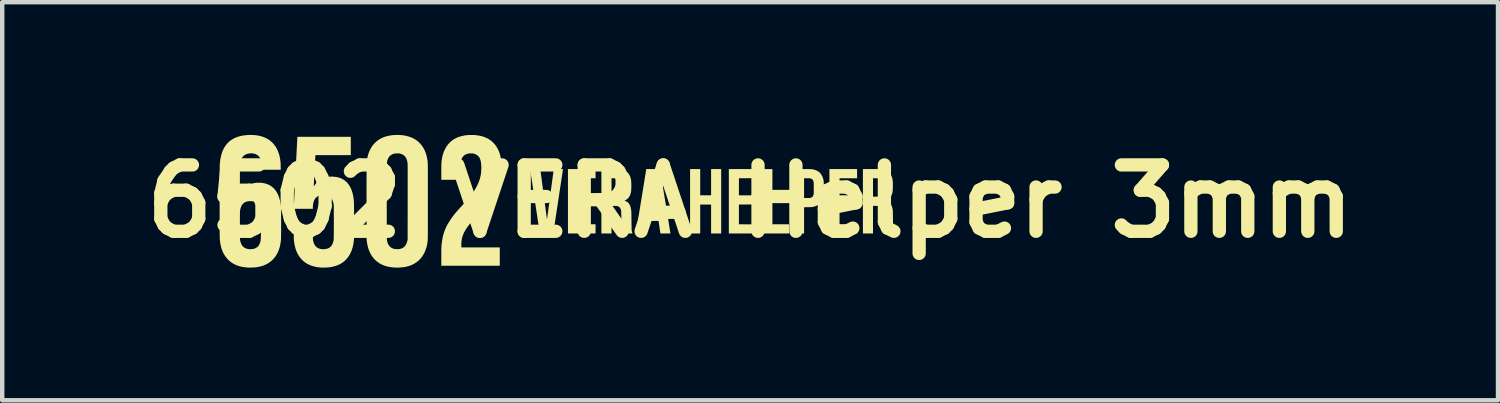
<source format=kicad_pcb>
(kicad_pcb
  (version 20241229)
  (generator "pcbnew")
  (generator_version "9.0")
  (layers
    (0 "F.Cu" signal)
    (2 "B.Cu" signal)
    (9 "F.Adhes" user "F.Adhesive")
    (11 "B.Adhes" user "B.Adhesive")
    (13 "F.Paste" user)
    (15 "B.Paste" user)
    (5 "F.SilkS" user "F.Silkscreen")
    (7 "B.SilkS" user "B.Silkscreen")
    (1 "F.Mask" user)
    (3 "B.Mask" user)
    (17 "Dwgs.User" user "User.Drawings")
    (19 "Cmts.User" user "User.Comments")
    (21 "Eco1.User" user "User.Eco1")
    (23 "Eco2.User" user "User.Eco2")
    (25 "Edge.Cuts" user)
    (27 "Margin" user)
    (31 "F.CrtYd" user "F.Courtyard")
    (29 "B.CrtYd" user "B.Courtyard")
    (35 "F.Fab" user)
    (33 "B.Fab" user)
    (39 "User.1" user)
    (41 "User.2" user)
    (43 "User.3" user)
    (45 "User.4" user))
  (footprint "6502 VERA Helper 3mm"
    (layer "F.Cu")
    (at 13.907 1.5)
    (property "Reference" "6502 VERA Helper 3mm" (at 0 0 0) (layer "F.SilkS") (effects (font (size 1.5 1.5) (thickness 0.3))))
    (attr board_only exclude_from_pos_files exclude_from_bom)
    (fp_poly (pts (xy 0.504 -0.104) (xy 0.504 0.52) (xy 0.692 0.52) (xy 0.879 0.52) (xy 0.879 0.624) (xy 0.879 0.728) (xy 0.577 0.728) (xy 0.275 0.728) (xy 0.275 -0.000001) (xy 0.275 -0.728) (xy 0.39 -0.728) (xy 0.504 -0.728)) (stroke (width 0) (type solid)) (fill yes) (layer "F.SilkS"))
    (fp_poly (pts (xy -3.494 -0.624) (xy -3.494 -0.52) (xy -3.692 -0.52) (xy -3.89 -0.52) (xy -3.89 -0.327) (xy -3.89 -0.135) (xy -3.732 -0.135) (xy -3.575 -0.135) (xy -3.576 -0.031) (xy -3.576 0.072) (xy -3.733 0.073) (xy -3.89 0.074) (xy -3.89 0.297) (xy -3.89 0.52) (xy -3.692 0.52) (xy -3.494 0.52) (xy -3.494 0.624) (xy -3.494 0.728) (xy -3.806 0.728) (xy -4.118 0.728) (xy -4.118 -0.000001) (xy -4.118 -0.728) (xy -3.806 -0.728) (xy -3.494 -0.728)) (stroke (width 0) (type solid)) (fill yes) (layer "F.SilkS"))
    (fp_poly (pts (xy -1.128 -0.431) (xy -1.128 -0.135) (xy -1.005 -0.135) (xy -0.882 -0.135) (xy -0.882 -0.431) (xy -0.882 -0.728) (xy -0.768 -0.728) (xy -0.654 -0.728) (xy -0.654 -0.000001) (xy -0.654 0.728) (xy -0.768 0.728) (xy -0.882 0.728) (xy -0.882 0.401) (xy -0.882 0.074) (xy -1.005 0.074) (xy -1.128 0.074) (xy -1.128 0.401) (xy -1.128 0.728) (xy -1.242 0.728) (xy -1.357 0.728) (xy -1.357 -0.000001) (xy -1.357 -0.728) (xy -1.242 -0.728) (xy -1.128 -0.728)) (stroke (width 0) (type solid)) (fill yes) (layer "F.SilkS"))
    (fp_poly (pts (xy 0.143 -0.625) (xy 0.142 -0.522) (xy -0.055 -0.521) (xy -0.253 -0.52) (xy -0.253 -0.327) (xy -0.253 -0.135) (xy -0.095 -0.135) (xy 0.062 -0.135) (xy 0.062 -0.031) (xy 0.061 0.072) (xy -0.096 0.073) (xy -0.253 0.074) (xy -0.253 0.297) (xy -0.253 0.52) (xy -0.055 0.521) (xy 0.142 0.522) (xy 0.143 0.625) (xy 0.143 0.728) (xy -0.169 0.728) (xy -0.481 0.728) (xy -0.481 -0.000001) (xy -0.481 -0.728) (xy -0.169 -0.728) (xy 0.143 -0.728)) (stroke (width 0) (type solid)) (fill yes) (layer "F.SilkS"))
    (fp_poly (pts (xy 2.418 -0.624) (xy 2.418 -0.52) (xy 2.22 -0.52) (xy 2.022 -0.52) (xy 2.022 -0.327) (xy 2.022 -0.135) (xy 2.179 -0.135) (xy 2.336 -0.135) (xy 2.336 -0.03) (xy 2.336 0.074) (xy 2.179 0.074) (xy 2.022 0.074) (xy 2.022 0.297) (xy 2.022 0.52) (xy 2.22 0.52) (xy 2.418 0.52) (xy 2.418 0.624) (xy 2.418 0.728) (xy 2.105 0.728) (xy 1.793 0.728) (xy 1.793 -0.000001) (xy 1.793 -0.728) (xy 2.105 -0.728) (xy 2.418 -0.728)) (stroke (width 0) (type solid)) (fill yes) (layer "F.SilkS"))
    (fp_poly (pts (xy 1.215 -0.728) (xy 1.249 -0.728) (xy 1.279 -0.728) (xy 1.305 -0.728) (xy 1.327 -0.728) (xy 1.347 -0.727) (xy 1.364 -0.727) (xy 1.378 -0.726) (xy 1.391 -0.725) (xy 1.402 -0.723) (xy 1.412 -0.722) (xy 1.422 -0.72) (xy 1.431 -0.718) (xy 1.441 -0.716) (xy 1.446 -0.715) (xy 1.484 -0.703) (xy 1.518 -0.687) (xy 1.549 -0.668) (xy 1.576 -0.645) (xy 1.599 -0.618) (xy 1.619 -0.587) (xy 1.636 -0.553) (xy 1.645 -0.53) (xy 1.65 -0.514) (xy 1.654 -0.5) (xy 1.657 -0.486) (xy 1.66 -0.471) (xy 1.662 -0.455) (xy 1.664 -0.438) (xy 1.665 -0.419) (xy 1.666 -0.396) (xy 1.667 -0.37) (xy 1.668 -0.34) (xy 1.668 -0.323) (xy 1.668 -0.285) (xy 1.668 -0.251) (xy 1.668 -0.221) (xy 1.667 -0.194) (xy 1.666 -0.17) (xy 1.663 -0.149) (xy 1.661 -0.13) (xy 1.658 -0.111) (xy 1.654 -0.094) (xy 1.65 -0.079) (xy 1.637 -0.042) (xy 1.62 -0.008) (xy 1.6 0.023) (xy 1.577 0.049) (xy 1.55 0.072) (xy 1.52 0.092) (xy 1.485 0.108) (xy 1.448 0.12) (xy 1.413 0.128) (xy 1.404 0.13) (xy 1.395 0.131) (xy 1.383 0.132) (xy 1.37 0.132) (xy 1.353 0.133) (xy 1.333 0.133) (xy 1.308 0.134) (xy 1.304 0.134) (xy 1.22 0.135) (xy 1.22 0.432) (xy 1.22 0.728) (xy 1.105 0.728) (xy 0.991 0.728) (xy 0.991 -0.000001) (xy 0.991 -0.297) (xy 1.22 -0.297) (xy 1.22 -0.074) (xy 1.285 -0.074) (xy 1.307 -0.074) (xy 1.325 -0.074) (xy 1.339 -0.074) (xy 1.35 -0.075) (xy 1.358 -0.076) (xy 1.364 -0.077) (xy 1.384 -0.085) (xy 1.402 -0.096) (xy 1.416 -0.109) (xy 1.425 -0.126) (xy 1.428 -0.132) (xy 1.431 -0.139) (xy 1.433 -0.146) (xy 1.435 -0.153) (xy 1.436 -0.161) (xy 1.437 -0.171) (xy 1.438 -0.182) (xy 1.438 -0.197) (xy 1.439 -0.214) (xy 1.439 -0.235) (xy 1.439 -0.259) (xy 1.439 -0.289) (xy 1.439 -0.297) (xy 1.439 -0.326) (xy 1.439 -0.35) (xy 1.439 -0.371) (xy 1.439 -0.387) (xy 1.439 -0.401) (xy 1.438 -0.412) (xy 1.438 -0.42) (xy 1.437 -0.427) (xy 1.436 -0.432) (xy 1.435 -0.437) (xy 1.435 -0.44) (xy 1.428 -0.462) (xy 1.419 -0.479) (xy 1.408 -0.493) (xy 1.395 -0.503) (xy 1.389 -0.507) (xy 1.381 -0.511) (xy 1.373 -0.514) (xy 1.365 -0.516) (xy 1.356 -0.518) (xy 1.346 -0.519) (xy 1.332 -0.52) (xy 1.316 -0.52) (xy 1.295 -0.52) (xy 1.285 -0.52) (xy 1.22 -0.52) (xy 1.22 -0.297) (xy 0.991 -0.297) (xy 0.991 -0.728) (xy 1.176 -0.728)) (stroke (width 0) (type solid)) (fill yes) (layer "F.SilkS"))
    (fp_poly (pts (xy -4.83 -0.728) (xy -4.806 -0.728) (xy -4.787 -0.728) (xy -4.772 -0.728) (xy -4.76 -0.728) (xy -4.752 -0.727) (xy -4.746 -0.727) (xy -4.743 -0.726) (xy -4.743 -0.725) (xy -4.742 -0.722) (xy -4.741 -0.715) (xy -4.74 -0.703) (xy -4.738 -0.686) (xy -4.735 -0.666) (xy -4.732 -0.642) (xy -4.728 -0.615) (xy -4.725 -0.585) (xy -4.72 -0.552) (xy -4.715 -0.516) (xy -4.71 -0.478) (xy -4.705 -0.438) (xy -4.7 -0.396) (xy -4.694 -0.353) (xy -4.688 -0.309) (xy -4.682 -0.264) (xy -4.676 -0.218) (xy -4.67 -0.172) (xy -4.664 -0.126) (xy -4.658 -0.08) (xy -4.652 -0.034) (xy -4.646 0.01) (xy -4.64 0.054) (xy -4.635 0.096) (xy -4.629 0.137) (xy -4.624 0.176) (xy -4.619 0.213) (xy -4.615 0.247) (xy -4.61 0.278) (xy -4.607 0.307) (xy -4.603 0.332) (xy -4.6 0.354) (xy -4.598 0.372) (xy -4.596 0.386) (xy -4.595 0.395) (xy -4.594 0.4) (xy -4.594 0.401) (xy -4.592 0.403) (xy -4.591 0.402) (xy -4.59 0.399) (xy -4.589 0.392) (xy -4.587 0.38) (xy -4.585 0.363) (xy -4.582 0.343) (xy -4.579 0.318) (xy -4.575 0.29) (xy -4.57 0.259) (xy -4.566 0.224) (xy -4.561 0.186) (xy -4.555 0.145) (xy -4.549 0.102) (xy -4.543 0.057) (xy -4.537 0.009) (xy -4.53 -0.04) (xy -4.524 -0.091) (xy -4.517 -0.144) (xy -4.514 -0.164) (xy -4.439 -0.728) (xy -4.334 -0.728) (xy -4.229 -0.728) (xy -4.231 -0.72) (xy -4.231 -0.717) (xy -4.233 -0.709) (xy -4.235 -0.696) (xy -4.237 -0.679) (xy -4.24 -0.658) (xy -4.244 -0.633) (xy -4.249 -0.604) (xy -4.253 -0.571) (xy -4.259 -0.535) (xy -4.265 -0.496) (xy -4.271 -0.454) (xy -4.278 -0.409) (xy -4.285 -0.361) (xy -4.293 -0.311) (xy -4.301 -0.259) (xy -4.309 -0.205) (xy -4.317 -0.149) (xy -4.326 -0.091) (xy -4.335 -0.032) (xy -4.34 0.003) (xy -4.349 0.062) (xy -4.358 0.12) (xy -4.367 0.177) (xy -4.375 0.233) (xy -4.383 0.286) (xy -4.391 0.337) (xy -4.398 0.386) (xy -4.405 0.432) (xy -4.412 0.476) (xy -4.418 0.517) (xy -4.424 0.555) (xy -4.429 0.589) (xy -4.434 0.62) (xy -4.438 0.648) (xy -4.442 0.671) (xy -4.445 0.69) (xy -4.447 0.705) (xy -4.448 0.716) (xy -4.449 0.722) (xy -4.45 0.723) (xy -4.451 0.728) (xy -4.602 0.728) (xy -4.635 0.728) (xy -4.663 0.728) (xy -4.686 0.728) (xy -4.706 0.728) (xy -4.722 0.728) (xy -4.734 0.728) (xy -4.743 0.727) (xy -4.749 0.727) (xy -4.753 0.726) (xy -4.754 0.725) (xy -4.754 0.725) (xy -4.754 0.723) (xy -4.756 0.715) (xy -4.757 0.703) (xy -4.76 0.686) (xy -4.763 0.665) (xy -4.767 0.641) (xy -4.771 0.612) (xy -4.776 0.58) (xy -4.782 0.544) (xy -4.788 0.505) (xy -4.794 0.463) (xy -4.801 0.418) (xy -4.808 0.371) (xy -4.815 0.321) (xy -4.823 0.269) (xy -4.831 0.215) (xy -4.84 0.159) (xy -4.849 0.102) (xy -4.857 0.043) (xy -4.863 0.005) (xy -4.872 -0.055) (xy -4.881 -0.113) (xy -4.89 -0.17) (xy -4.898 -0.226) (xy -4.906 -0.279) (xy -4.914 -0.33) (xy -4.921 -0.38) (xy -4.928 -0.426) (xy -4.935 -0.47) (xy -4.941 -0.511) (xy -4.947 -0.55) (xy -4.952 -0.584) (xy -4.957 -0.616) (xy -4.961 -0.643) (xy -4.965 -0.667) (xy -4.968 -0.687) (xy -4.97 -0.702) (xy -4.972 -0.713) (xy -4.973 -0.719) (xy -4.973 -0.72) (xy -4.974 -0.728) (xy -4.858 -0.728)) (stroke (width 0) (type solid)) (fill yes) (layer "F.SilkS"))
    (fp_poly (pts (xy 2.779 -0.728) (xy 2.815 -0.728) (xy 2.847 -0.728) (xy 2.875 -0.728) (xy 2.9 -0.727) (xy 2.921 -0.727) (xy 2.94 -0.726) (xy 2.957 -0.725) (xy 2.971 -0.723) (xy 2.984 -0.722) (xy 2.996 -0.72) (xy 3.007 -0.717) (xy 3.018 -0.715) (xy 3.029 -0.711) (xy 3.04 -0.708) (xy 3.044 -0.707) (xy 3.077 -0.694) (xy 3.108 -0.677) (xy 3.134 -0.658) (xy 3.157 -0.635) (xy 3.177 -0.608) (xy 3.193 -0.578) (xy 3.207 -0.544) (xy 3.217 -0.506) (xy 3.223 -0.464) (xy 3.225 -0.451) (xy 3.226 -0.439) (xy 3.227 -0.422) (xy 3.227 -0.403) (xy 3.227 -0.381) (xy 3.227 -0.358) (xy 3.227 -0.334) (xy 3.226 -0.31) (xy 3.226 -0.288) (xy 3.225 -0.266) (xy 3.224 -0.248) (xy 3.223 -0.232) (xy 3.222 -0.22) (xy 3.221 -0.217) (xy 3.213 -0.178) (xy 3.2 -0.142) (xy 3.185 -0.111) (xy 3.167 -0.083) (xy 3.145 -0.059) (xy 3.12 -0.04) (xy 3.099 -0.027) (xy 3.09 -0.022) (xy 3.083 -0.018) (xy 3.079 -0.015) (xy 3.078 -0.014) (xy 3.081 -0.013) (xy 3.087 -0.009) (xy 3.095 -0.006) (xy 3.098 -0.005) (xy 3.123 0.007) (xy 3.145 0.023) (xy 3.164 0.041) (xy 3.181 0.063) (xy 3.195 0.089) (xy 3.206 0.119) (xy 3.216 0.153) (xy 3.223 0.191) (xy 3.224 0.199) (xy 3.225 0.205) (xy 3.225 0.213) (xy 3.226 0.223) (xy 3.227 0.234) (xy 3.227 0.249) (xy 3.228 0.266) (xy 3.228 0.286) (xy 3.228 0.309) (xy 3.229 0.337) (xy 3.229 0.368) (xy 3.23 0.405) (xy 3.23 0.434) (xy 3.23 0.477) (xy 3.231 0.516) (xy 3.231 0.551) (xy 3.232 0.581) (xy 3.232 0.606) (xy 3.233 0.627) (xy 3.234 0.642) (xy 3.234 0.653) (xy 3.235 0.659) (xy 3.239 0.682) (xy 3.245 0.703) (xy 3.25 0.717) (xy 3.255 0.728) (xy 3.139 0.728) (xy 3.022 0.728) (xy 3.017 0.711) (xy 3.015 0.703) (xy 3.013 0.696) (xy 3.011 0.689) (xy 3.009 0.682) (xy 3.008 0.674) (xy 3.007 0.666) (xy 3.006 0.656) (xy 3.005 0.644) (xy 3.004 0.631) (xy 3.004 0.615) (xy 3.003 0.596) (xy 3.003 0.574) (xy 3.002 0.549) (xy 3.002 0.52) (xy 3.002 0.486) (xy 3.001 0.448) (xy 3.001 0.437) (xy 3.001 0.398) (xy 3.001 0.364) (xy 3 0.335) (xy 3 0.31) (xy 3 0.288) (xy 2.999 0.27) (xy 2.999 0.255) (xy 2.999 0.243) (xy 2.998 0.232) (xy 2.998 0.224) (xy 2.997 0.218) (xy 2.997 0.213) (xy 2.996 0.208) (xy 2.995 0.206) (xy 2.99 0.186) (xy 2.984 0.169) (xy 2.977 0.156) (xy 2.969 0.144) (xy 2.96 0.135) (xy 2.949 0.126) (xy 2.938 0.119) (xy 2.925 0.114) (xy 2.91 0.11) (xy 2.892 0.107) (xy 2.871 0.105) (xy 2.845 0.104) (xy 2.829 0.104) (xy 2.778 0.104) (xy 2.778 0.416) (xy 2.778 0.728) (xy 2.664 0.728) (xy 2.55 0.728) (xy 2.55 -0.000001) (xy 2.55 -0.312) (xy 2.778 -0.312) (xy 2.778 -0.104) (xy 2.829 -0.104) (xy 2.851 -0.104) (xy 2.87 -0.105) (xy 2.886 -0.106) (xy 2.898 -0.107) (xy 2.9 -0.108) (xy 2.924 -0.114) (xy 2.945 -0.124) (xy 2.962 -0.137) (xy 2.976 -0.154) (xy 2.987 -0.175) (xy 2.993 -0.194) (xy 2.994 -0.201) (xy 2.995 -0.213) (xy 2.996 -0.228) (xy 2.997 -0.245) (xy 2.998 -0.265) (xy 2.998 -0.287) (xy 2.999 -0.309) (xy 2.999 -0.331) (xy 2.999 -0.352) (xy 2.999 -0.372) (xy 2.998 -0.389) (xy 2.997 -0.404) (xy 2.997 -0.415) (xy 2.996 -0.416) (xy 2.991 -0.443) (xy 2.983 -0.466) (xy 2.971 -0.484) (xy 2.958 -0.499) (xy 2.941 -0.51) (xy 2.933 -0.513) (xy 2.929 -0.515) (xy 2.924 -0.516) (xy 2.919 -0.517) (xy 2.912 -0.518) (xy 2.904 -0.519) (xy 2.893 -0.519) (xy 2.878 -0.519) (xy 2.859 -0.52) (xy 2.849 -0.52) (xy 2.778 -0.521) (xy 2.778 -0.312) (xy 2.55 -0.312) (xy 2.55 -0.728) (xy 2.738 -0.728)) (stroke (width 0) (type solid)) (fill yes) (layer "F.SilkS"))
    (fp_poly (pts (xy -3.137 -0.728) (xy -3.102 -0.728) (xy -3.07 -0.728) (xy -3.042 -0.728) (xy -3.018 -0.728) (xy -2.997 -0.727) (xy -2.98 -0.727) (xy -2.968 -0.726) (xy -2.961 -0.726) (xy -2.918 -0.719) (xy -2.88 -0.71) (xy -2.845 -0.698) (xy -2.814 -0.683) (xy -2.786 -0.664) (xy -2.763 -0.642) (xy -2.742 -0.617) (xy -2.725 -0.588) (xy -2.711 -0.556) (xy -2.707 -0.545) (xy -2.7 -0.522) (xy -2.694 -0.496) (xy -2.69 -0.469) (xy -2.687 -0.437) (xy -2.686 -0.431) (xy -2.686 -0.413) (xy -2.685 -0.392) (xy -2.685 -0.369) (xy -2.685 -0.345) (xy -2.685 -0.32) (xy -2.686 -0.296) (xy -2.687 -0.274) (xy -2.688 -0.253) (xy -2.689 -0.236) (xy -2.69 -0.225) (xy -2.698 -0.186) (xy -2.709 -0.15) (xy -2.723 -0.119) (xy -2.737 -0.095) (xy -2.752 -0.076) (xy -2.77 -0.058) (xy -2.79 -0.042) (xy -2.811 -0.028) (xy -2.823 -0.022) (xy -2.831 -0.018) (xy -2.833 -0.015) (xy -2.832 -0.012) (xy -2.827 -0.01) (xy -2.799 0.003) (xy -2.774 0.018) (xy -2.753 0.036) (xy -2.736 0.057) (xy -2.721 0.082) (xy -2.709 0.11) (xy -2.699 0.143) (xy -2.698 0.148) (xy -2.696 0.158) (xy -2.694 0.168) (xy -2.692 0.178) (xy -2.69 0.188) (xy -2.689 0.198) (xy -2.687 0.21) (xy -2.686 0.223) (xy -2.686 0.237) (xy -2.685 0.254) (xy -2.684 0.273) (xy -2.684 0.296) (xy -2.683 0.321) (xy -2.683 0.351) (xy -2.682 0.384) (xy -2.682 0.422) (xy -2.682 0.445) (xy -2.681 0.486) (xy -2.681 0.523) (xy -2.68 0.556) (xy -2.68 0.586) (xy -2.679 0.611) (xy -2.679 0.632) (xy -2.678 0.648) (xy -2.677 0.66) (xy -2.677 0.667) (xy -2.677 0.668) (xy -2.674 0.678) (xy -2.671 0.691) (xy -2.667 0.704) (xy -2.663 0.716) (xy -2.66 0.724) (xy -2.66 0.725) (xy -2.661 0.726) (xy -2.662 0.727) (xy -2.666 0.727) (xy -2.672 0.728) (xy -2.68 0.728) (xy -2.691 0.728) (xy -2.705 0.728) (xy -2.724 0.728) (xy -2.746 0.728) (xy -2.773 0.728) (xy -2.774 0.728) (xy -2.89 0.728) (xy -2.893 0.721) (xy -2.894 0.716) (xy -2.897 0.707) (xy -2.9 0.696) (xy -2.902 0.688) (xy -2.908 0.661) (xy -2.91 0.448) (xy -2.911 0.408) (xy -2.911 0.373) (xy -2.911 0.343) (xy -2.912 0.316) (xy -2.912 0.294) (xy -2.913 0.275) (xy -2.913 0.259) (xy -2.913 0.246) (xy -2.914 0.235) (xy -2.915 0.227) (xy -2.915 0.22) (xy -2.916 0.215) (xy -2.916 0.214) (xy -2.922 0.189) (xy -2.93 0.167) (xy -2.94 0.149) (xy -2.952 0.135) (xy -2.967 0.124) (xy -2.986 0.115) (xy -2.995 0.112) (xy -3.001 0.11) (xy -3.008 0.108) (xy -3.015 0.107) (xy -3.023 0.106) (xy -3.034 0.106) (xy -3.048 0.105) (xy -3.067 0.105) (xy -3.073 0.105) (xy -3.133 0.104) (xy -3.133 0.416) (xy -3.133 0.728) (xy -3.248 0.728) (xy -3.362 0.728) (xy -3.362 -0.000001) (xy -3.362 -0.312) (xy -3.133 -0.312) (xy -3.133 -0.103) (xy -3.073 -0.105) (xy -3.052 -0.105) (xy -3.036 -0.106) (xy -3.023 -0.107) (xy -3.013 -0.107) (xy -3.006 -0.109) (xy -3 -0.11) (xy -2.999 -0.11) (xy -2.976 -0.119) (xy -2.958 -0.131) (xy -2.943 -0.146) (xy -2.931 -0.164) (xy -2.922 -0.186) (xy -2.918 -0.201) (xy -2.917 -0.206) (xy -2.916 -0.213) (xy -2.916 -0.221) (xy -2.915 -0.23) (xy -2.915 -0.242) (xy -2.914 -0.257) (xy -2.914 -0.276) (xy -2.914 -0.299) (xy -2.914 -0.315) (xy -2.914 -0.343) (xy -2.914 -0.367) (xy -2.915 -0.387) (xy -2.915 -0.403) (xy -2.917 -0.417) (xy -2.918 -0.428) (xy -2.92 -0.438) (xy -2.923 -0.447) (xy -2.926 -0.456) (xy -2.93 -0.464) (xy -2.932 -0.469) (xy -2.942 -0.486) (xy -2.956 -0.499) (xy -2.973 -0.51) (xy -2.981 -0.513) (xy -2.985 -0.515) (xy -2.99 -0.516) (xy -2.995 -0.517) (xy -3.001 -0.518) (xy -3.01 -0.519) (xy -3.021 -0.519) (xy -3.035 -0.519) (xy -3.054 -0.52) (xy -3.064 -0.52) (xy -3.133 -0.521) (xy -3.133 -0.312) (xy -3.362 -0.312) (xy -3.362 -0.728) (xy -3.174 -0.728)) (stroke (width 0) (type solid)) (fill yes) (layer "F.SilkS"))
    (fp_poly (pts (xy -6.275 -1.498) (xy -6.252 -1.498) (xy -6.231 -1.497) (xy -6.214 -1.496) (xy -6.202 -1.495) (xy -6.142 -1.487) (xy -6.086 -1.476) (xy -6.033 -1.461) (xy -5.984 -1.443) (xy -5.938 -1.421) (xy -5.895 -1.396) (xy -5.854 -1.368) (xy -5.848 -1.362) (xy -5.839 -1.354) (xy -5.827 -1.344) (xy -5.815 -1.332) (xy -5.803 -1.32) (xy -5.8 -1.317) (xy -5.765 -1.278) (xy -5.734 -1.235) (xy -5.707 -1.188) (xy -5.683 -1.138) (xy -5.663 -1.085) (xy -5.647 -1.028) (xy -5.634 -0.967) (xy -5.625 -0.903) (xy -5.621 -0.863) (xy -5.62 -0.841) (xy -5.619 -0.816) (xy -5.618 -0.789) (xy -5.619 -0.761) (xy -5.619 -0.733) (xy -5.62 -0.706) (xy -5.621 -0.683) (xy -5.622 -0.669) (xy -5.63 -0.607) (xy -5.64 -0.546) (xy -5.654 -0.486) (xy -5.671 -0.427) (xy -5.691 -0.368) (xy -5.715 -0.31) (xy -5.743 -0.251) (xy -5.774 -0.192) (xy -5.809 -0.132) (xy -5.849 -0.071) (xy -5.892 -0.008) (xy -5.94 0.055) (xy -5.992 0.121) (xy -6.012 0.145) (xy -6.032 0.168) (xy -6.051 0.191) (xy -6.07 0.213) (xy -6.091 0.236) (xy -6.112 0.26) (xy -6.136 0.286) (xy -6.162 0.315) (xy -6.177 0.33) (xy -6.219 0.377) (xy -6.258 0.42) (xy -6.294 0.461) (xy -6.326 0.499) (xy -6.355 0.535) (xy -6.381 0.569) (xy -6.404 0.602) (xy -6.425 0.633) (xy -6.443 0.663) (xy -6.459 0.692) (xy -6.473 0.72) (xy -6.485 0.748) (xy -6.496 0.776) (xy -6.505 0.805) (xy -6.505 0.807) (xy -6.513 0.839) (xy -6.52 0.87) (xy -6.524 0.902) (xy -6.527 0.936) (xy -6.528 0.973) (xy -6.528 0.986) (xy -6.528 1.042) (xy -6.094 1.043) (xy -5.659 1.043) (xy -5.659 1.25) (xy -5.659 1.457) (xy -6.32 1.457) (xy -6.981 1.457) (xy -6.981 1.262) (xy -6.981 1.23) (xy -6.981 1.199) (xy -6.981 1.168) (xy -6.981 1.14) (xy -6.981 1.113) (xy -6.98 1.089) (xy -6.98 1.069) (xy -6.98 1.052) (xy -6.979 1.039) (xy -6.979 1.031) (xy -6.972 0.958) (xy -6.963 0.889) (xy -6.951 0.823) (xy -6.936 0.76) (xy -6.918 0.699) (xy -6.896 0.64) (xy -6.87 0.582) (xy -6.841 0.525) (xy -6.807 0.468) (xy -6.77 0.41) (xy -6.729 0.353) (xy -6.709 0.326) (xy -6.689 0.3) (xy -6.668 0.274) (xy -6.645 0.248) (xy -6.622 0.22) (xy -6.596 0.191) (xy -6.567 0.159) (xy -6.536 0.125) (xy -6.528 0.117) (xy -6.479 0.062) (xy -6.433 0.011) (xy -6.39 -0.038) (xy -6.352 -0.085) (xy -6.316 -0.13) (xy -6.284 -0.173) (xy -6.255 -0.214) (xy -6.228 -0.254) (xy -6.204 -0.293) (xy -6.183 -0.332) (xy -6.164 -0.37) (xy -6.146 -0.407) (xy -6.131 -0.445) (xy -6.118 -0.483) (xy -6.115 -0.491) (xy -6.1 -0.544) (xy -6.088 -0.597) (xy -6.081 -0.651) (xy -6.077 -0.707) (xy -6.076 -0.765) (xy -6.076 -0.777) (xy -6.078 -0.82) (xy -6.082 -0.859) (xy -6.087 -0.893) (xy -6.094 -0.924) (xy -6.103 -0.951) (xy -6.113 -0.976) (xy -6.126 -0.997) (xy -6.141 -1.016) (xy -6.144 -1.019) (xy -6.166 -1.039) (xy -6.19 -1.055) (xy -6.218 -1.068) (xy -6.248 -1.077) (xy -6.281 -1.082) (xy -6.296 -1.083) (xy -6.333 -1.083) (xy -6.367 -1.079) (xy -6.399 -1.071) (xy -6.428 -1.06) (xy -6.454 -1.045) (xy -6.465 -1.036) (xy -6.485 -1.017) (xy -6.502 -0.995) (xy -6.517 -0.97) (xy -6.529 -0.94) (xy -6.539 -0.907) (xy -6.543 -0.888) (xy -6.544 -0.883) (xy -6.545 -0.877) (xy -6.545 -0.872) (xy -6.546 -0.866) (xy -6.547 -0.858) (xy -6.547 -0.849) (xy -6.547 -0.838) (xy -6.548 -0.825) (xy -6.548 -0.809) (xy -6.548 -0.789) (xy -6.549 -0.767) (xy -6.549 -0.74) (xy -6.549 -0.709) (xy -6.549 -0.673) (xy -6.549 -0.673) (xy -6.55 -0.485) (xy -6.766 -0.485) (xy -6.981 -0.485) (xy -6.981 -0.657) (xy -6.981 -0.695) (xy -6.981 -0.729) (xy -6.981 -0.758) (xy -6.981 -0.784) (xy -6.98 -0.807) (xy -6.98 -0.827) (xy -6.979 -0.845) (xy -6.978 -0.861) (xy -6.977 -0.876) (xy -6.976 -0.89) (xy -6.975 -0.904) (xy -6.973 -0.918) (xy -6.971 -0.933) (xy -6.961 -0.994) (xy -6.947 -1.052) (xy -6.929 -1.107) (xy -6.907 -1.159) (xy -6.882 -1.207) (xy -6.853 -1.253) (xy -6.821 -1.294) (xy -6.785 -1.332) (xy -6.746 -1.366) (xy -6.707 -1.395) (xy -6.665 -1.42) (xy -6.619 -1.442) (xy -6.569 -1.46) (xy -6.516 -1.475) (xy -6.459 -1.487) (xy -6.399 -1.495) (xy -6.398 -1.495) (xy -6.384 -1.497) (xy -6.366 -1.497) (xy -6.345 -1.498) (xy -6.322 -1.498) (xy -6.298 -1.498)) (stroke (width 0) (type solid)) (fill yes) (layer "F.SilkS"))
    (fp_poly (pts (xy -2.164 -0.728) (xy -2.138 -0.728) (xy -2.114 -0.728) (xy -2.093 -0.728) (xy -2.074 -0.728) (xy -2.059 -0.728) (xy -2.047 -0.728) (xy -2.04 -0.728) (xy -2.037 -0.728) (xy -2.037 -0.728) (xy -2.037 -0.728) (xy -2.037 -0.727) (xy -2.037 -0.727) (xy -2.037 -0.726) (xy -2.036 -0.724) (xy -2.036 -0.722) (xy -2.036 -0.719) (xy -2.035 -0.715) (xy -2.034 -0.709) (xy -2.033 -0.702) (xy -2.032 -0.694) (xy -2.03 -0.684) (xy -2.028 -0.672) (xy -2.026 -0.658) (xy -2.023 -0.642) (xy -2.02 -0.624) (xy -2.017 -0.603) (xy -2.013 -0.579) (xy -2.009 -0.553) (xy -2.004 -0.523) (xy -1.999 -0.491) (xy -1.993 -0.455) (xy -1.986 -0.416) (xy -1.979 -0.374) (xy -1.972 -0.327) (xy -1.964 -0.277) (xy -1.955 -0.223) (xy -1.945 -0.164) (xy -1.935 -0.101) (xy -1.924 -0.034) (xy -1.912 0.038) (xy -1.9 0.115) (xy -1.899 0.123) (xy -1.89 0.177) (xy -1.881 0.23) (xy -1.873 0.282) (xy -1.865 0.332) (xy -1.857 0.38) (xy -1.849 0.426) (xy -1.842 0.469) (xy -1.836 0.51) (xy -1.83 0.548) (xy -1.824 0.583) (xy -1.819 0.615) (xy -1.814 0.643) (xy -1.81 0.667) (xy -1.807 0.688) (xy -1.804 0.704) (xy -1.802 0.716) (xy -1.801 0.723) (xy -1.801 0.726) (xy -1.803 0.727) (xy -1.811 0.727) (xy -1.822 0.728) (xy -1.838 0.728) (xy -1.857 0.728) (xy -1.88 0.728) (xy -1.905 0.728) (xy -1.915 0.728) (xy -2.028 0.728) (xy -2.048 0.59) (xy -2.052 0.563) (xy -2.056 0.539) (xy -2.059 0.516) (xy -2.062 0.496) (xy -2.064 0.479) (xy -2.066 0.465) (xy -2.068 0.455) (xy -2.069 0.449) (xy -2.069 0.447) (xy -2.071 0.447) (xy -2.074 0.446) (xy -2.08 0.445) (xy -2.089 0.445) (xy -2.102 0.445) (xy -2.118 0.445) (xy -2.138 0.444) (xy -2.162 0.444) (xy -2.191 0.444) (xy -2.201 0.444) (xy -2.226 0.444) (xy -2.25 0.444) (xy -2.271 0.444) (xy -2.29 0.445) (xy -2.306 0.445) (xy -2.319 0.445) (xy -2.327 0.445) (xy -2.331 0.446) (xy -2.331 0.446) (xy -2.332 0.448) (xy -2.333 0.456) (xy -2.334 0.467) (xy -2.337 0.482) (xy -2.339 0.5) (xy -2.342 0.521) (xy -2.346 0.545) (xy -2.349 0.57) (xy -2.352 0.586) (xy -2.355 0.612) (xy -2.359 0.637) (xy -2.362 0.659) (xy -2.365 0.679) (xy -2.368 0.696) (xy -2.37 0.71) (xy -2.371 0.72) (xy -2.372 0.726) (xy -2.372 0.727) (xy -2.374 0.727) (xy -2.381 0.728) (xy -2.392 0.728) (xy -2.407 0.728) (xy -2.424 0.728) (xy -2.444 0.728) (xy -2.466 0.728) (xy -2.477 0.728) (xy -2.503 0.728) (xy -2.525 0.728) (xy -2.542 0.728) (xy -2.555 0.728) (xy -2.565 0.728) (xy -2.573 0.727) (xy -2.578 0.727) (xy -2.581 0.726) (xy -2.582 0.725) (xy -2.583 0.724) (xy -2.583 0.724) (xy -2.582 0.721) (xy -2.581 0.714) (xy -2.579 0.702) (xy -2.577 0.686) (xy -2.573 0.665) (xy -2.569 0.641) (xy -2.565 0.613) (xy -2.56 0.582) (xy -2.554 0.548) (xy -2.548 0.511) (xy -2.542 0.471) (xy -2.535 0.429) (xy -2.528 0.385) (xy -2.521 0.34) (xy -2.513 0.292) (xy -2.505 0.245) (xy -2.303 0.245) (xy -2.301 0.245) (xy -2.294 0.245) (xy -2.283 0.246) (xy -2.269 0.246) (xy -2.251 0.246) (xy -2.231 0.246) (xy -2.21 0.246) (xy -2.201 0.246) (xy -2.175 0.246) (xy -2.154 0.246) (xy -2.137 0.246) (xy -2.124 0.246) (xy -2.114 0.246) (xy -2.107 0.245) (xy -2.103 0.245) (xy -2.1 0.244) (xy -2.098 0.243) (xy -2.098 0.242) (xy -2.098 0.242) (xy -2.098 0.238) (xy -2.099 0.23) (xy -2.101 0.218) (xy -2.103 0.201) (xy -2.106 0.181) (xy -2.109 0.158) (xy -2.113 0.132) (xy -2.117 0.104) (xy -2.121 0.073) (xy -2.126 0.04) (xy -2.131 0.006) (xy -2.136 -0.029) (xy -2.141 -0.065) (xy -2.146 -0.102) (xy -2.151 -0.139) (xy -2.157 -0.175) (xy -2.162 -0.211) (xy -2.167 -0.246) (xy -2.172 -0.28) (xy -2.176 -0.312) (xy -2.181 -0.343) (xy -2.185 -0.371) (xy -2.188 -0.396) (xy -2.192 -0.418) (xy -2.195 -0.438) (xy -2.197 -0.453) (xy -2.199 -0.464) (xy -2.2 -0.471) (xy -2.2 -0.474) (xy -2.203 -0.475) (xy -2.203 -0.474) (xy -2.203 -0.472) (xy -2.205 -0.465) (xy -2.206 -0.453) (xy -2.208 -0.437) (xy -2.211 -0.418) (xy -2.214 -0.396) (xy -2.218 -0.37) (xy -2.222 -0.342) (xy -2.226 -0.312) (xy -2.231 -0.279) (xy -2.236 -0.245) (xy -2.24 -0.21) (xy -2.245 -0.174) (xy -2.251 -0.138) (xy -2.256 -0.101) (xy -2.261 -0.064) (xy -2.266 -0.028) (xy -2.271 0.007) (xy -2.276 0.042) (xy -2.28 0.074) (xy -2.284 0.105) (xy -2.288 0.134) (xy -2.292 0.16) (xy -2.295 0.183) (xy -2.298 0.203) (xy -2.3 0.22) (xy -2.302 0.232) (xy -2.303 0.241) (xy -2.303 0.244) (xy -2.303 0.245) (xy -2.505 0.245) (xy -2.505 0.243) (xy -2.497 0.193) (xy -2.489 0.142) (xy -2.48 0.09) (xy -2.472 0.038) (xy -2.463 -0.014) (xy -2.455 -0.066) (xy -2.446 -0.118) (xy -2.438 -0.169) (xy -2.43 -0.219) (xy -2.422 -0.269) (xy -2.414 -0.317) (xy -2.406 -0.364) (xy -2.399 -0.409) (xy -2.392 -0.452) (xy -2.386 -0.492) (xy -2.379 -0.53) (xy -2.374 -0.566) (xy -2.368 -0.598) (xy -2.363 -0.628) (xy -2.359 -0.653) (xy -2.356 -0.675) (xy -2.353 -0.694) (xy -2.35 -0.708) (xy -2.349 -0.717) (xy -2.348 -0.722) (xy -2.348 -0.723) (xy -2.346 -0.728) (xy -2.192 -0.728)) (stroke (width 0) (type solid)) (fill yes) (layer "F.SilkS"))
    (fp_poly (pts (xy -9.027 -1.25) (xy -9.027 -1.043) (xy -9.427 -1.043) (xy -9.826 -1.043) (xy -9.828 -1.022) (xy -9.828 -1.017) (xy -9.829 -1.007) (xy -9.83 -0.993) (xy -9.831 -0.974) (xy -9.832 -0.952) (xy -9.833 -0.927) (xy -9.835 -0.898) (xy -9.836 -0.867) (xy -9.838 -0.833) (xy -9.84 -0.798) (xy -9.842 -0.76) (xy -9.844 -0.721) (xy -9.846 -0.693) (xy -9.848 -0.653) (xy -9.85 -0.615) (xy -9.852 -0.578) (xy -9.854 -0.543) (xy -9.856 -0.51) (xy -9.857 -0.48) (xy -9.859 -0.452) (xy -9.86 -0.428) (xy -9.861 -0.407) (xy -9.862 -0.39) (xy -9.863 -0.377) (xy -9.863 -0.368) (xy -9.864 -0.365) (xy -9.864 -0.355) (xy -9.864 -0.349) (xy -9.863 -0.346) (xy -9.862 -0.345) (xy -9.861 -0.345) (xy -9.857 -0.347) (xy -9.851 -0.354) (xy -9.843 -0.365) (xy -9.842 -0.366) (xy -9.815 -0.403) (xy -9.784 -0.437) (xy -9.75 -0.466) (xy -9.713 -0.492) (xy -9.673 -0.514) (xy -9.631 -0.531) (xy -9.586 -0.544) (xy -9.539 -0.553) (xy -9.49 -0.557) (xy -9.438 -0.557) (xy -9.437 -0.557) (xy -9.386 -0.553) (xy -9.337 -0.546) (xy -9.292 -0.534) (xy -9.25 -0.519) (xy -9.21 -0.5) (xy -9.18 -0.481) (xy -9.146 -0.455) (xy -9.113 -0.425) (xy -9.084 -0.39) (xy -9.058 -0.352) (xy -9.034 -0.309) (xy -9.013 -0.263) (xy -8.996 -0.213) (xy -8.981 -0.16) (xy -8.969 -0.103) (xy -8.966 -0.082) (xy -8.965 -0.071) (xy -8.963 -0.06) (xy -8.962 -0.05) (xy -8.961 -0.04) (xy -8.96 -0.03) (xy -8.959 -0.02) (xy -8.958 -0.008) (xy -8.957 0.004) (xy -8.956 0.018) (xy -8.956 0.033) (xy -8.955 0.051) (xy -8.955 0.07) (xy -8.955 0.092) (xy -8.954 0.116) (xy -8.954 0.143) (xy -8.954 0.174) (xy -8.954 0.208) (xy -8.954 0.246) (xy -8.954 0.287) (xy -8.954 0.333) (xy -8.954 0.384) (xy -8.954 0.434) (xy -8.954 0.492) (xy -8.954 0.547) (xy -8.954 0.597) (xy -8.954 0.643) (xy -8.954 0.686) (xy -8.954 0.724) (xy -8.954 0.758) (xy -8.955 0.788) (xy -8.955 0.813) (xy -8.955 0.833) (xy -8.956 0.848) (xy -8.956 0.859) (xy -8.956 0.863) (xy -8.963 0.929) (xy -8.974 0.992) (xy -8.988 1.051) (xy -9.006 1.107) (xy -9.028 1.159) (xy -9.053 1.207) (xy -9.082 1.253) (xy -9.114 1.294) (xy -9.149 1.332) (xy -9.189 1.367) (xy -9.228 1.395) (xy -9.27 1.42) (xy -9.317 1.442) (xy -9.366 1.46) (xy -9.419 1.475) (xy -9.475 1.487) (xy -9.534 1.495) (xy -9.543 1.496) (xy -9.557 1.497) (xy -9.574 1.497) (xy -9.592 1.498) (xy -9.611 1.498) (xy -9.63 1.499) (xy -9.648 1.499) (xy -9.665 1.499) (xy -9.678 1.499) (xy -9.688 1.499) (xy -9.69 1.499) (xy -9.713 1.497) (xy -9.732 1.495) (xy -9.747 1.493) (xy -9.76 1.492) (xy -9.772 1.491) (xy -9.782 1.489) (xy -9.793 1.487) (xy -9.795 1.487) (xy -9.852 1.475) (xy -9.907 1.46) (xy -9.958 1.44) (xy -10.006 1.417) (xy -10.05 1.39) (xy -10.087 1.362) (xy -10.096 1.354) (xy -10.108 1.344) (xy -10.12 1.332) (xy -10.132 1.32) (xy -10.135 1.317) (xy -10.169 1.278) (xy -10.2 1.236) (xy -10.227 1.19) (xy -10.251 1.141) (xy -10.271 1.088) (xy -10.287 1.032) (xy -10.3 0.972) (xy -10.31 0.908) (xy -10.314 0.862) (xy -10.315 0.853) (xy -10.315 0.84) (xy -10.315 0.823) (xy -10.316 0.803) (xy -10.316 0.779) (xy -10.316 0.754) (xy -10.316 0.727) (xy -10.317 0.7) (xy -10.317 0.684) (xy -10.317 0.538) (xy -10.101 0.538) (xy -9.885 0.538) (xy -9.884 0.7) (xy -9.884 0.733) (xy -9.884 0.762) (xy -9.884 0.787) (xy -9.884 0.808) (xy -9.883 0.825) (xy -9.883 0.839) (xy -9.882 0.851) (xy -9.882 0.861) (xy -9.881 0.869) (xy -9.881 0.876) (xy -9.88 0.881) (xy -9.879 0.886) (xy -9.874 0.908) (xy -9.867 0.931) (xy -9.86 0.953) (xy -9.851 0.973) (xy -9.846 0.982) (xy -9.838 0.996) (xy -9.826 1.01) (xy -9.812 1.025) (xy -9.798 1.038) (xy -9.785 1.049) (xy -9.778 1.053) (xy -9.753 1.065) (xy -9.725 1.074) (xy -9.695 1.08) (xy -9.663 1.083) (xy -9.631 1.083) (xy -9.599 1.08) (xy -9.568 1.073) (xy -9.557 1.07) (xy -9.528 1.059) (xy -9.502 1.043) (xy -9.48 1.023) (xy -9.46 1) (xy -9.444 0.972) (xy -9.431 0.941) (xy -9.421 0.906) (xy -9.414 0.867) (xy -9.413 0.86) (xy -9.413 0.854) (xy -9.412 0.843) (xy -9.412 0.828) (xy -9.412 0.809) (xy -9.412 0.786) (xy -9.411 0.761) (xy -9.411 0.732) (xy -9.411 0.7) (xy -9.411 0.667) (xy -9.411 0.631) (xy -9.411 0.594) (xy -9.41 0.556) (xy -9.41 0.517) (xy -9.41 0.478) (xy -9.41 0.439) (xy -9.41 0.4) (xy -9.411 0.361) (xy -9.411 0.324) (xy -9.411 0.288) (xy -9.411 0.254) (xy -9.411 0.222) (xy -9.411 0.192) (xy -9.411 0.166) (xy -9.412 0.142) (xy -9.412 0.122) (xy -9.412 0.106) (xy -9.413 0.094) (xy -9.413 0.086) (xy -9.413 0.085) (xy -9.419 0.045) (xy -9.429 0.009) (xy -9.441 -0.023) (xy -9.456 -0.051) (xy -9.475 -0.076) (xy -9.496 -0.096) (xy -9.521 -0.113) (xy -9.55 -0.126) (xy -9.581 -0.135) (xy -9.586 -0.136) (xy -9.603 -0.139) (xy -9.624 -0.141) (xy -9.647 -0.141) (xy -9.67 -0.14) (xy -9.691 -0.139) (xy -9.71 -0.136) (xy -9.715 -0.135) (xy -9.746 -0.126) (xy -9.775 -0.112) (xy -9.799 -0.095) (xy -9.821 -0.075) (xy -9.84 -0.05) (xy -9.855 -0.021) (xy -9.867 0.011) (xy -9.876 0.048) (xy -9.882 0.088) (xy -9.884 0.126) (xy -9.886 0.17) (xy -10.101 0.17) (xy -10.317 0.17) (xy -10.317 0.161) (xy -10.316 0.157) (xy -10.316 0.149) (xy -10.315 0.136) (xy -10.315 0.119) (xy -10.314 0.097) (xy -10.312 0.072) (xy -10.311 0.042) (xy -10.309 0.009) (xy -10.307 -0.028) (xy -10.305 -0.068) (xy -10.303 -0.111) (xy -10.301 -0.158) (xy -10.298 -0.207) (xy -10.296 -0.258) (xy -10.293 -0.312) (xy -10.29 -0.368) (xy -10.287 -0.426) (xy -10.284 -0.485) (xy -10.281 -0.546) (xy -10.278 -0.609) (xy -10.276 -0.643) (xy -10.273 -0.707) (xy -10.27 -0.769) (xy -10.267 -0.829) (xy -10.264 -0.888) (xy -10.261 -0.945) (xy -10.258 -1) (xy -10.255 -1.053) (xy -10.253 -1.103) (xy -10.25 -1.151) (xy -10.248 -1.196) (xy -10.246 -1.237) (xy -10.244 -1.276) (xy -10.242 -1.311) (xy -10.24 -1.343) (xy -10.239 -1.371) (xy -10.238 -1.395) (xy -10.237 -1.414) (xy -10.236 -1.43) (xy -10.236 -1.44) (xy -10.235 -1.446) (xy -10.235 -1.447) (xy -10.235 -1.457) (xy -9.631 -1.457) (xy -9.027 -1.457)) (stroke (width 0) (type solid)) (fill yes) (layer "F.SilkS"))
    (fp_poly (pts (xy -7.938 -1.499) (xy -7.877 -1.495) (xy -7.835 -1.49) (xy -7.776 -1.479) (xy -7.72 -1.464) (xy -7.667 -1.446) (xy -7.617 -1.424) (xy -7.57 -1.397) (xy -7.527 -1.367) (xy -7.487 -1.333) (xy -7.451 -1.296) (xy -7.417 -1.254) (xy -7.407 -1.24) (xy -7.381 -1.197) (xy -7.358 -1.153) (xy -7.338 -1.105) (xy -7.321 -1.054) (xy -7.307 -1) (xy -7.296 -0.942) (xy -7.289 -0.893) (xy -7.289 -0.89) (xy -7.289 -0.886) (xy -7.288 -0.881) (xy -7.288 -0.876) (xy -7.287 -0.871) (xy -7.287 -0.864) (xy -7.287 -0.857) (xy -7.287 -0.848) (xy -7.286 -0.838) (xy -7.286 -0.826) (xy -7.286 -0.813) (xy -7.286 -0.797) (xy -7.286 -0.78) (xy -7.286 -0.761) (xy -7.285 -0.739) (xy -7.285 -0.714) (xy -7.285 -0.687) (xy -7.285 -0.657) (xy -7.285 -0.624) (xy -7.285 -0.587) (xy -7.285 -0.548) (xy -7.285 -0.504) (xy -7.285 -0.457) (xy -7.285 -0.406) (xy -7.285 -0.351) (xy -7.285 -0.292) (xy -7.285 -0.229) (xy -7.285 -0.161) (xy -7.285 -0.088) (xy -7.285 -0.01) (xy -7.285 -0.000001) (xy -7.285 0.078) (xy -7.285 0.152) (xy -7.285 0.22) (xy -7.285 0.285) (xy -7.285 0.344) (xy -7.285 0.4) (xy -7.285 0.451) (xy -7.285 0.499) (xy -7.285 0.542) (xy -7.285 0.583) (xy -7.285 0.619) (xy -7.285 0.653) (xy -7.285 0.683) (xy -7.285 0.711) (xy -7.285 0.736) (xy -7.285 0.758) (xy -7.286 0.778) (xy -7.286 0.795) (xy -7.286 0.811) (xy -7.286 0.825) (xy -7.286 0.836) (xy -7.287 0.847) (xy -7.287 0.856) (xy -7.287 0.863) (xy -7.287 0.87) (xy -7.288 0.876) (xy -7.288 0.881) (xy -7.288 0.885) (xy -7.289 0.889) (xy -7.289 0.893) (xy -7.289 0.893) (xy -7.294 0.93) (xy -7.3 0.965) (xy -7.306 0.998) (xy -7.313 1.027) (xy -7.314 1.029) (xy -7.331 1.086) (xy -7.352 1.14) (xy -7.377 1.19) (xy -7.405 1.236) (xy -7.437 1.279) (xy -7.472 1.319) (xy -7.511 1.354) (xy -7.553 1.386) (xy -7.598 1.414) (xy -7.646 1.438) (xy -7.698 1.458) (xy -7.753 1.474) (xy -7.771 1.478) (xy -7.82 1.488) (xy -7.873 1.494) (xy -7.927 1.498) (xy -7.983 1.5) (xy -8.037 1.498) (xy -8.05 1.497) (xy -8.113 1.491) (xy -8.173 1.481) (xy -8.23 1.467) (xy -8.283 1.449) (xy -8.333 1.427) (xy -8.38 1.401) (xy -8.423 1.371) (xy -8.464 1.337) (xy -8.501 1.3) (xy -8.535 1.258) (xy -8.553 1.233) (xy -8.577 1.193) (xy -8.598 1.151) (xy -8.617 1.107) (xy -8.633 1.06) (xy -8.646 1.01) (xy -8.657 0.956) (xy -8.666 0.899) (xy -8.667 0.895) (xy -8.667 0.891) (xy -8.667 0.887) (xy -8.668 0.882) (xy -8.668 0.877) (xy -8.668 0.87) (xy -8.668 0.862) (xy -8.669 0.853) (xy -8.669 0.842) (xy -8.669 0.83) (xy -8.669 0.816) (xy -8.67 0.8) (xy -8.67 0.781) (xy -8.67 0.761) (xy -8.67 0.738) (xy -8.67 0.712) (xy -8.67 0.683) (xy -8.67 0.652) (xy -8.67 0.617) (xy -8.67 0.579) (xy -8.67 0.538) (xy -8.67 0.492) (xy -8.67 0.444) (xy -8.671 0.391) (xy -8.671 0.334) (xy -8.671 0.272) (xy -8.671 0.207) (xy -8.671 0.136) (xy -8.671 0.061) (xy -8.671 -0.000001) (xy -8.671 -0.079) (xy -8.671 -0.154) (xy -8.671 -0.186) (xy -8.214 -0.186) (xy -8.214 -0.114) (xy -8.214 -0.038) (xy -8.214 -0.000001) (xy -8.214 0.079) (xy -8.214 0.153) (xy -8.214 0.222) (xy -8.214 0.286) (xy -8.214 0.346) (xy -8.214 0.402) (xy -8.214 0.454) (xy -8.214 0.502) (xy -8.214 0.546) (xy -8.213 0.587) (xy -8.213 0.624) (xy -8.213 0.658) (xy -8.213 0.689) (xy -8.213 0.717) (xy -8.213 0.742) (xy -8.213 0.764) (xy -8.212 0.784) (xy -8.212 0.802) (xy -8.212 0.818) (xy -8.211 0.832) (xy -8.211 0.844) (xy -8.211 0.854) (xy -8.21 0.864) (xy -8.21 0.871) (xy -8.209 0.878) (xy -8.209 0.884) (xy -8.208 0.889) (xy -8.207 0.893) (xy -8.206 0.897) (xy -8.206 0.901) (xy -8.205 0.905) (xy -8.204 0.908) (xy -8.203 0.912) (xy -8.202 0.914) (xy -8.192 0.948) (xy -8.178 0.978) (xy -8.16 1.005) (xy -8.14 1.028) (xy -8.116 1.047) (xy -8.089 1.062) (xy -8.06 1.073) (xy -8.058 1.074) (xy -8.033 1.079) (xy -8.006 1.082) (xy -7.977 1.083) (xy -7.948 1.082) (xy -7.922 1.079) (xy -7.909 1.076) (xy -7.896 1.073) (xy -7.881 1.067) (xy -7.867 1.062) (xy -7.863 1.06) (xy -7.838 1.046) (xy -7.816 1.028) (xy -7.797 1.007) (xy -7.781 0.983) (xy -7.767 0.955) (xy -7.756 0.922) (xy -7.747 0.888) (xy -7.742 0.862) (xy -7.741 0.022) (xy -7.741 -0.068) (xy -7.741 -0.152) (xy -7.741 -0.231) (xy -7.741 -0.306) (xy -7.741 -0.375) (xy -7.741 -0.439) (xy -7.741 -0.499) (xy -7.741 -0.554) (xy -7.741 -0.604) (xy -7.741 -0.649) (xy -7.741 -0.69) (xy -7.741 -0.725) (xy -7.741 -0.757) (xy -7.742 -0.783) (xy -7.742 -0.805) (xy -7.742 -0.823) (xy -7.742 -0.836) (xy -7.743 -0.844) (xy -7.743 -0.848) (xy -7.748 -0.889) (xy -7.757 -0.926) (xy -7.769 -0.959) (xy -7.784 -0.988) (xy -7.802 -1.014) (xy -7.824 -1.035) (xy -7.849 -1.053) (xy -7.877 -1.066) (xy -7.908 -1.076) (xy -7.91 -1.077) (xy -7.928 -1.08) (xy -7.949 -1.082) (xy -7.972 -1.083) (xy -7.995 -1.082) (xy -8.016 -1.081) (xy -8.035 -1.079) (xy -8.04 -1.078) (xy -8.072 -1.069) (xy -8.101 -1.056) (xy -8.127 -1.039) (xy -8.15 -1.018) (xy -8.169 -0.993) (xy -8.185 -0.965) (xy -8.197 -0.933) (xy -8.202 -0.914) (xy -8.203 -0.91) (xy -8.204 -0.906) (xy -8.205 -0.903) (xy -8.206 -0.899) (xy -8.207 -0.895) (xy -8.208 -0.891) (xy -8.208 -0.886) (xy -8.209 -0.881) (xy -8.209 -0.875) (xy -8.21 -0.867) (xy -8.21 -0.859) (xy -8.211 -0.849) (xy -8.211 -0.838) (xy -8.212 -0.825) (xy -8.212 -0.81) (xy -8.212 -0.793) (xy -8.213 -0.774) (xy -8.213 -0.753) (xy -8.213 -0.729) (xy -8.213 -0.702) (xy -8.213 -0.673) (xy -8.213 -0.64) (xy -8.213 -0.605) (xy -8.214 -0.566) (xy -8.214 -0.523) (xy -8.214 -0.477) (xy -8.214 -0.427) (xy -8.214 -0.373) (xy -8.214 -0.315) (xy -8.214 -0.253) (xy -8.214 -0.186) (xy -8.671 -0.186) (xy -8.671 -0.224) (xy -8.671 -0.289) (xy -8.671 -0.35) (xy -8.671 -0.407) (xy -8.671 -0.459) (xy -8.671 -0.508) (xy -8.67 -0.553) (xy -8.67 -0.594) (xy -8.67 -0.632) (xy -8.67 -0.667) (xy -8.67 -0.699) (xy -8.67 -0.728) (xy -8.67 -0.754) (xy -8.67 -0.777) (xy -8.669 -0.799) (xy -8.669 -0.818) (xy -8.669 -0.835) (xy -8.668 -0.85) (xy -8.668 -0.864) (xy -8.667 -0.876) (xy -8.667 -0.886) (xy -8.666 -0.896) (xy -8.665 -0.904) (xy -8.665 -0.912) (xy -8.664 -0.919) (xy -8.663 -0.925) (xy -8.662 -0.931) (xy -8.661 -0.937) (xy -8.66 -0.943) (xy -8.659 -0.949) (xy -8.658 -0.956) (xy -8.656 -0.963) (xy -8.655 -0.97) (xy -8.642 -1.028) (xy -8.626 -1.083) (xy -8.605 -1.135) (xy -8.581 -1.185) (xy -8.554 -1.231) (xy -8.523 -1.274) (xy -8.488 -1.313) (xy -8.451 -1.349) (xy -8.41 -1.381) (xy -8.366 -1.409) (xy -8.327 -1.43) (xy -8.279 -1.45) (xy -8.228 -1.467) (xy -8.174 -1.48) (xy -8.117 -1.49) (xy -8.059 -1.497) (xy -7.999 -1.5)) (stroke (width 0) (type solid)) (fill yes) (layer "F.SilkS"))
    (fp_poly (pts (xy -11.238 -1.498) (xy -11.18 -1.494) (xy -11.134 -1.487) (xy -11.076 -1.476) (xy -11.022 -1.46) (xy -10.971 -1.441) (xy -10.923 -1.417) (xy -10.878 -1.39) (xy -10.837 -1.359) (xy -10.798 -1.324) (xy -10.763 -1.285) (xy -10.751 -1.269) (xy -10.722 -1.228) (xy -10.697 -1.184) (xy -10.676 -1.138) (xy -10.657 -1.089) (xy -10.641 -1.036) (xy -10.629 -0.98) (xy -10.619 -0.919) (xy -10.617 -0.906) (xy -10.616 -0.89) (xy -10.614 -0.868) (xy -10.613 -0.843) (xy -10.612 -0.814) (xy -10.612 -0.793) (xy -10.61 -0.713) (xy -10.826 -0.713) (xy -11.042 -0.713) (xy -11.043 -0.786) (xy -11.044 -0.814) (xy -11.045 -0.838) (xy -11.046 -0.857) (xy -11.047 -0.872) (xy -11.049 -0.882) (xy -11.057 -0.92) (xy -11.068 -0.953) (xy -11.082 -0.982) (xy -11.099 -1.008) (xy -11.119 -1.029) (xy -11.143 -1.048) (xy -11.169 -1.062) (xy -11.173 -1.064) (xy -11.202 -1.074) (xy -11.233 -1.08) (xy -11.265 -1.084) (xy -11.299 -1.083) (xy -11.332 -1.08) (xy -11.364 -1.073) (xy -11.394 -1.062) (xy -11.408 -1.056) (xy -11.431 -1.042) (xy -11.451 -1.026) (xy -11.468 -1.008) (xy -11.483 -0.986) (xy -11.496 -0.962) (xy -11.507 -0.933) (xy -11.516 -0.901) (xy -11.524 -0.864) (xy -11.53 -0.823) (xy -11.53 -0.821) (xy -11.531 -0.815) (xy -11.531 -0.803) (xy -11.532 -0.786) (xy -11.532 -0.765) (xy -11.532 -0.738) (xy -11.533 -0.707) (xy -11.533 -0.671) (xy -11.533 -0.631) (xy -11.534 -0.586) (xy -11.534 -0.536) (xy -11.534 -0.483) (xy -11.534 -0.436) (xy -11.534 -0.395) (xy -11.535 -0.358) (xy -11.535 -0.325) (xy -11.535 -0.296) (xy -11.535 -0.271) (xy -11.535 -0.249) (xy -11.535 -0.231) (xy -11.535 -0.215) (xy -11.534 -0.203) (xy -11.534 -0.193) (xy -11.534 -0.185) (xy -11.534 -0.178) (xy -11.533 -0.174) (xy -11.533 -0.171) (xy -11.532 -0.169) (xy -11.532 -0.168) (xy -11.531 -0.168) (xy -11.53 -0.168) (xy -11.53 -0.168) (xy -11.527 -0.169) (xy -11.524 -0.173) (xy -11.518 -0.181) (xy -11.511 -0.193) (xy -11.51 -0.196) (xy -11.485 -0.237) (xy -11.457 -0.274) (xy -11.427 -0.306) (xy -11.393 -0.334) (xy -11.357 -0.359) (xy -11.318 -0.379) (xy -11.276 -0.395) (xy -11.231 -0.407) (xy -11.182 -0.416) (xy -11.18 -0.416) (xy -11.163 -0.418) (xy -11.143 -0.419) (xy -11.121 -0.419) (xy -11.097 -0.419) (xy -11.074 -0.419) (xy -11.052 -0.418) (xy -11.033 -0.416) (xy -11.026 -0.415) (xy -10.977 -0.406) (xy -10.931 -0.393) (xy -10.888 -0.376) (xy -10.848 -0.355) (xy -10.811 -0.33) (xy -10.776 -0.301) (xy -10.745 -0.268) (xy -10.717 -0.23) (xy -10.692 -0.189) (xy -10.669 -0.143) (xy -10.659 -0.12) (xy -10.646 -0.081) (xy -10.634 -0.038) (xy -10.623 0.009) (xy -10.615 0.06) (xy -10.608 0.113) (xy -10.605 0.138) (xy -10.605 0.147) (xy -10.604 0.16) (xy -10.604 0.178) (xy -10.604 0.199) (xy -10.603 0.224) (xy -10.603 0.252) (xy -10.603 0.283) (xy -10.602 0.316) (xy -10.602 0.351) (xy -10.602 0.387) (xy -10.602 0.425) (xy -10.602 0.464) (xy -10.602 0.502) (xy -10.602 0.541) (xy -10.602 0.58) (xy -10.602 0.617) (xy -10.602 0.654) (xy -10.602 0.689) (xy -10.603 0.722) (xy -10.603 0.753) (xy -10.603 0.781) (xy -10.604 0.806) (xy -10.604 0.828) (xy -10.604 0.846) (xy -10.605 0.859) (xy -10.605 0.868) (xy -10.605 0.869) (xy -10.613 0.931) (xy -10.623 0.989) (xy -10.636 1.043) (xy -10.652 1.094) (xy -10.671 1.141) (xy -10.693 1.186) (xy -10.717 1.227) (xy -10.749 1.271) (xy -10.784 1.311) (xy -10.821 1.347) (xy -10.862 1.379) (xy -10.906 1.408) (xy -10.953 1.432) (xy -11.003 1.453) (xy -11.057 1.47) (xy -11.114 1.483) (xy -11.174 1.493) (xy -11.185 1.494) (xy -11.197 1.495) (xy -11.214 1.496) (xy -11.233 1.497) (xy -11.253 1.498) (xy -11.275 1.498) (xy -11.296 1.499) (xy -11.315 1.499) (xy -11.333 1.499) (xy -11.346 1.499) (xy -11.352 1.499) (xy -11.412 1.493) (xy -11.468 1.485) (xy -11.521 1.474) (xy -11.57 1.46) (xy -11.616 1.443) (xy -11.659 1.423) (xy -11.7 1.4) (xy -11.74 1.373) (xy -11.756 1.36) (xy -11.772 1.347) (xy -11.789 1.331) (xy -11.807 1.312) (xy -11.825 1.293) (xy -11.84 1.275) (xy -11.851 1.261) (xy -11.88 1.219) (xy -11.906 1.174) (xy -11.928 1.127) (xy -11.947 1.076) (xy -11.962 1.023) (xy -11.974 0.965) (xy -11.983 0.905) (xy -11.989 0.84) (xy -11.989 0.839) (xy -11.989 0.833) (xy -11.99 0.821) (xy -11.99 0.806) (xy -11.99 0.785) (xy -11.99 0.761) (xy -11.991 0.733) (xy -11.991 0.701) (xy -11.991 0.666) (xy -11.991 0.628) (xy -11.991 0.587) (xy -11.991 0.543) (xy -11.991 0.524) (xy -11.534 0.524) (xy -11.534 0.541) (xy -11.534 0.588) (xy -11.534 0.631) (xy -11.534 0.67) (xy -11.534 0.704) (xy -11.533 0.735) (xy -11.533 0.761) (xy -11.533 0.785) (xy -11.533 0.805) (xy -11.532 0.823) (xy -11.532 0.839) (xy -11.531 0.852) (xy -11.53 0.863) (xy -11.53 0.873) (xy -11.529 0.882) (xy -11.527 0.89) (xy -11.526 0.897) (xy -11.524 0.904) (xy -11.523 0.91) (xy -11.521 0.918) (xy -11.519 0.925) (xy -11.518 0.925) (xy -11.507 0.958) (xy -11.492 0.988) (xy -11.473 1.013) (xy -11.452 1.035) (xy -11.427 1.052) (xy -11.399 1.066) (xy -11.368 1.075) (xy -11.352 1.079) (xy -11.342 1.08) (xy -11.334 1.082) (xy -11.33 1.083) (xy -11.329 1.083) (xy -11.324 1.083) (xy -11.314 1.083) (xy -11.302 1.083) (xy -11.288 1.083) (xy -11.273 1.082) (xy -11.259 1.081) (xy -11.247 1.08) (xy -11.237 1.078) (xy -11.234 1.078) (xy -11.201 1.069) (xy -11.172 1.056) (xy -11.147 1.039) (xy -11.124 1.019) (xy -11.105 0.995) (xy -11.09 0.967) (xy -11.077 0.935) (xy -11.068 0.899) (xy -11.068 0.899) (xy -11.066 0.89) (xy -11.065 0.882) (xy -11.064 0.872) (xy -11.063 0.861) (xy -11.062 0.849) (xy -11.061 0.835) (xy -11.06 0.82) (xy -11.059 0.802) (xy -11.059 0.781) (xy -11.059 0.758) (xy -11.058 0.731) (xy -11.058 0.701) (xy -11.058 0.668) (xy -11.058 0.63) (xy -11.058 0.588) (xy -11.058 0.542) (xy -11.058 0.508) (xy -11.059 0.463) (xy -11.059 0.424) (xy -11.059 0.389) (xy -11.059 0.358) (xy -11.059 0.331) (xy -11.06 0.308) (xy -11.06 0.287) (xy -11.06 0.27) (xy -11.06 0.256) (xy -11.061 0.244) (xy -11.061 0.234) (xy -11.062 0.225) (xy -11.062 0.218) (xy -11.063 0.213) (xy -11.063 0.208) (xy -11.064 0.207) (xy -11.071 0.17) (xy -11.08 0.138) (xy -11.092 0.11) (xy -11.106 0.085) (xy -11.123 0.063) (xy -11.134 0.052) (xy -11.155 0.034) (xy -11.178 0.02) (xy -11.203 0.01) (xy -11.231 0.002) (xy -11.261 -0.002) (xy -11.296 -0.003) (xy -11.296 -0.003) (xy -11.33 -0.002) (xy -11.36 0.002) (xy -11.387 0.009) (xy -11.412 0.019) (xy -11.432 0.03) (xy -11.455 0.048) (xy -11.475 0.069) (xy -11.492 0.093) (xy -11.506 0.121) (xy -11.517 0.152) (xy -11.526 0.188) (xy -11.529 0.206) (xy -11.53 0.211) (xy -11.53 0.216) (xy -11.531 0.221) (xy -11.531 0.228) (xy -11.532 0.235) (xy -11.532 0.244) (xy -11.533 0.255) (xy -11.533 0.268) (xy -11.533 0.283) (xy -11.533 0.301) (xy -11.533 0.322) (xy -11.533 0.346) (xy -11.534 0.373) (xy -11.534 0.404) (xy -11.534 0.44) (xy -11.534 0.48) (xy -11.534 0.524) (xy -11.991 0.524) (xy -11.991 0.497) (xy -11.991 0.448) (xy -11.992 0.398) (xy -11.992 0.346) (xy -11.992 0.292) (xy -11.992 0.237) (xy -11.992 0.182) (xy -11.992 0.125) (xy -11.992 0.068) (xy -11.992 0.011) (xy -11.992 -0.046) (xy -11.992 -0.103) (xy -11.992 -0.16) (xy -11.992 -0.216) (xy -11.992 -0.27) (xy -11.992 -0.324) (xy -11.992 -0.376) (xy -11.991 -0.427) (xy -11.991 -0.475) (xy -11.991 -0.522) (xy -11.991 -0.566) (xy -11.991 -0.607) (xy -11.991 -0.645) (xy -11.991 -0.681) (xy -11.991 -0.713) (xy -11.99 -0.741) (xy -11.99 -0.766) (xy -11.99 -0.786) (xy -11.99 -0.802) (xy -11.989 -0.813) (xy -11.989 -0.82) (xy -11.984 -0.889) (xy -11.975 -0.955) (xy -11.962 -1.016) (xy -11.947 -1.074) (xy -11.928 -1.128) (xy -11.906 -1.179) (xy -11.88 -1.225) (xy -11.851 -1.268) (xy -11.819 -1.307) (xy -11.784 -1.343) (xy -11.744 -1.375) (xy -11.702 -1.403) (xy -11.656 -1.428) (xy -11.616 -1.445) (xy -11.569 -1.462) (xy -11.519 -1.475) (xy -11.466 -1.486) (xy -11.41 -1.493) (xy -11.353 -1.498) (xy -11.296 -1.5)) (stroke (width 0) (type solid)) (fill yes) (layer "F.SilkS")))
  (gr_rect
    (start -3 -3)
    (end 30.814 5.999)
    (stroke (width 0.1) (type default))
    (fill no)
    (layer "Edge.Cuts")))
</source>
